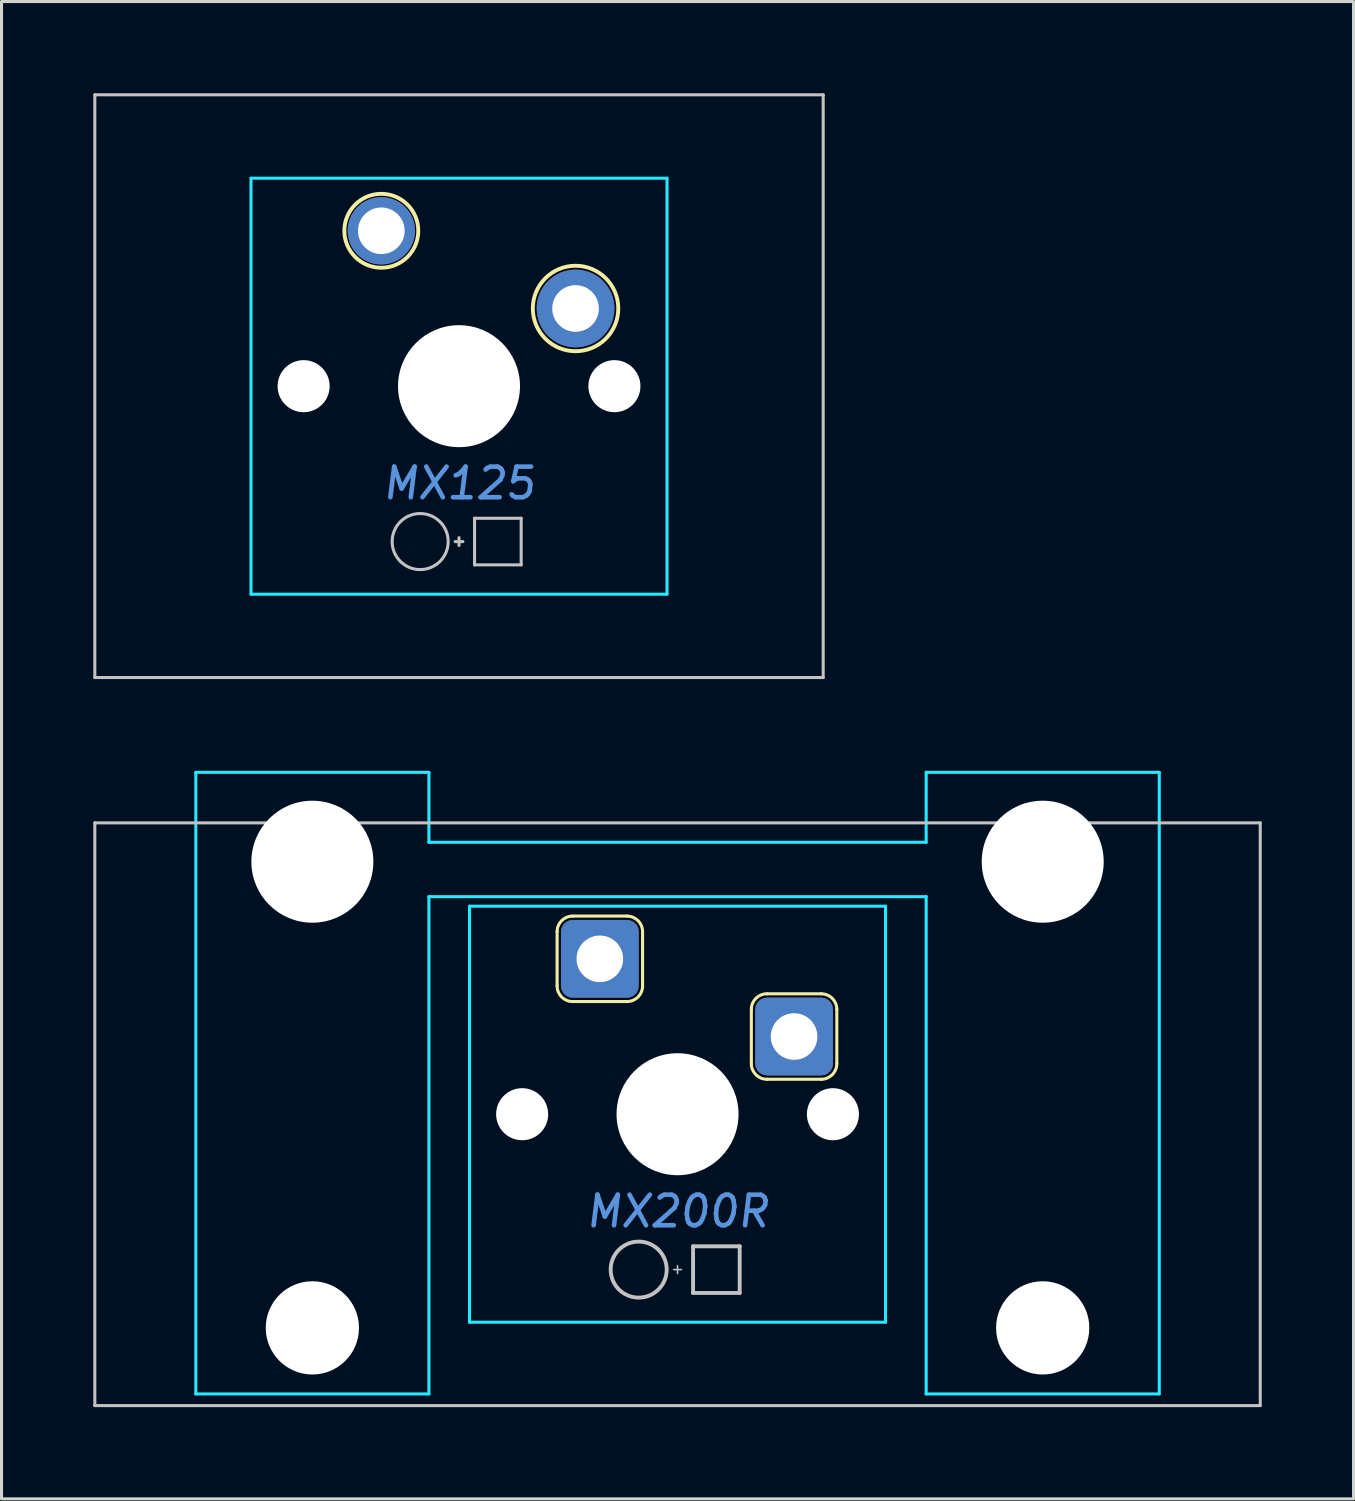
<source format=kicad_pcb>
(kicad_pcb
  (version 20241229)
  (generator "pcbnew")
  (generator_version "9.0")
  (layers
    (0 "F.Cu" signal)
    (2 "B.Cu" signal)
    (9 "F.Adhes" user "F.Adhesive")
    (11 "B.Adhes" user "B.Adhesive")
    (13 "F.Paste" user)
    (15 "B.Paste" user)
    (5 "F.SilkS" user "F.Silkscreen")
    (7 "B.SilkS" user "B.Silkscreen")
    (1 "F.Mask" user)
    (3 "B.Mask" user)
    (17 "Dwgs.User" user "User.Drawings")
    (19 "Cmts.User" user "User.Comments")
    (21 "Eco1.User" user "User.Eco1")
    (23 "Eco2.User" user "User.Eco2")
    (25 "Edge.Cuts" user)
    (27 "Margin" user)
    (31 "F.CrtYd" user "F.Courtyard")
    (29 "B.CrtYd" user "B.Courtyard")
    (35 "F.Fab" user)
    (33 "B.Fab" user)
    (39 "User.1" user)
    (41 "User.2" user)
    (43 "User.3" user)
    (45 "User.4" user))
  (footprint "MX125"
    (layer "F.Cu")
    (at 11.956 9.575)
    (property "Reference" "MX125" (at 0 3.175 0) (layer "Cmts.User") (effects (font (size 1 1) (thickness 0.15) (italic yes))))
    (attr through_hole)
    (fp_circle (center -2.54 -5.08) (end -1.333 -5.016) (stroke (width 0.127) (type solid)) (fill no) (layer "F.SilkS"))
    (fp_circle (center 3.81 -2.54) (end 5.207 -2.54) (stroke (width 0.127) (type solid)) (fill no) (layer "F.SilkS"))
    (fp_line (start -11.906 -9.525) (end -11.906 9.525) (stroke (width 0.1) (type solid)) (layer "Dwgs.User"))
    (fp_line (start -11.906 -9.525) (end 11.906 -9.525) (stroke (width 0.1) (type solid)) (layer "Dwgs.User"))
    (fp_line (start -11.906 9.525) (end 11.906 9.525) (stroke (width 0.1) (type solid)) (layer "Dwgs.User"))
    (fp_line (start -0.127 5.08) (end 0.127 5.08) (stroke (width 0.1) (type solid)) (layer "Dwgs.User"))
    (fp_line (start 0 4.953) (end 0 5.207) (stroke (width 0.1) (type solid)) (layer "Dwgs.User"))
    (fp_line (start 0.508 4.318) (end 2.032 4.318) (stroke (width 0.1) (type solid)) (layer "Dwgs.User"))
    (fp_line (start 0.508 5.842) (end 0.508 4.318) (stroke (width 0.1) (type solid)) (layer "Dwgs.User"))
    (fp_line (start 2.032 4.318) (end 2.032 5.842) (stroke (width 0.1) (type solid)) (layer "Dwgs.User"))
    (fp_line (start 2.032 5.842) (end 0.508 5.842) (stroke (width 0.1) (type solid)) (layer "Dwgs.User"))
    (fp_line (start 11.906 -9.525) (end 11.906 9.525) (stroke (width 0.1) (type solid)) (layer "Dwgs.User"))
    (fp_circle (center -1.27 5.08) (end -0.354 5.08) (stroke (width 0.1) (type solid)) (fill no) (layer "Dwgs.User"))
    (fp_line (start -6.8 -6.8) (end -6.8 6.8) (stroke (width 0.1) (type solid)) (layer "B.CrtYd"))
    (fp_line (start -6.8 -6.8) (end 6.8 -6.8) (stroke (width 0.1) (type solid)) (layer "B.CrtYd"))
    (fp_line (start -6.8 6.8) (end 6.8 6.8) (stroke (width 0.1) (type solid)) (layer "B.CrtYd"))
    (fp_line (start 6.8 6.8) (end 6.8 -6.8) (stroke (width 0.1) (type solid)) (layer "B.CrtYd"))
    (pad "" np_thru_hole circle (at -5.08 0) (size 1.702 1.702) (drill 1.702) (layers "*.Cu" "*.Mask"))
    (pad "" np_thru_hole circle (at 0 0) (size 3.988 3.988) (drill 3.988) (layers "*.Cu" "*.Mask"))
    (pad "" np_thru_hole circle (at 5.08 0) (size 1.702 1.702) (drill 1.702) (layers "*.Cu" "*.Mask"))
    (pad "1" thru_hole circle (at -2.54 -5.08) (size 2.2 2.2) (drill 1.524) (layers "*.Cu" "*.Mask"))
    (pad "2" thru_hole circle (at 3.81 -2.54) (size 2.54 2.54) (drill 1.524) (layers "*.Cu" "*.Mask")))
  (footprint "MX200R"
    (layer "F.Cu")
    (at 19.1 33.376)
    (property "Reference" "MX200R" (at 0 3.175 0) (layer "Cmts.User") (effects (font (size 1 1) (thickness 0.15) (italic yes))))
    (attr through_hole)
    (fp_line (start -3.937 -4.191) (end -3.937 -5.969) (stroke (width 0.1) (type solid)) (layer "F.SilkS"))
    (fp_line (start -3.429 -6.477) (end -1.651 -6.477) (stroke (width 0.1) (type solid)) (layer "F.SilkS"))
    (fp_line (start -3.429 -3.683) (end -1.651 -3.683) (stroke (width 0.1) (type solid)) (layer "F.SilkS"))
    (fp_line (start -1.143 -4.191) (end -1.143 -5.969) (stroke (width 0.1) (type solid)) (layer "F.SilkS"))
    (fp_line (start 2.413 -1.651) (end 2.413 -3.429) (stroke (width 0.1) (type solid)) (layer "F.SilkS"))
    (fp_line (start 2.921 -3.937) (end 4.699 -3.937) (stroke (width 0.1) (type solid)) (layer "F.SilkS"))
    (fp_line (start 2.921 -1.143) (end 4.699 -1.143) (stroke (width 0.1) (type solid)) (layer "F.SilkS"))
    (fp_line (start 5.207 -1.651) (end 5.207 -3.429) (stroke (width 0.1) (type solid)) (layer "F.SilkS"))
    (fp_arc (start -3.937 -5.969) (mid -3.78821 -6.32821) (end -3.429 -6.477) (stroke (width 0.1) (type solid)) (layer "F.SilkS"))
    (fp_arc (start -3.429 -3.683) (mid -3.78821 -3.83179) (end -3.937 -4.191) (stroke (width 0.1) (type solid)) (layer "F.SilkS"))
    (fp_arc (start -1.651 -6.477) (mid -1.29179 -6.32821) (end -1.143 -5.969) (stroke (width 0.1) (type solid)) (layer "F.SilkS"))
    (fp_arc (start -1.143 -4.191) (mid -1.29179 -3.83179) (end -1.651 -3.683) (stroke (width 0.1) (type solid)) (layer "F.SilkS"))
    (fp_arc (start 2.413 -3.429) (mid 2.56179 -3.78821) (end 2.921 -3.937) (stroke (width 0.1) (type solid)) (layer "F.SilkS"))
    (fp_arc (start 2.921 -1.143) (mid 2.56179 -1.29179) (end 2.413 -1.651) (stroke (width 0.1) (type solid)) (layer "F.SilkS"))
    (fp_arc (start 4.699 -3.937) (mid 5.05821 -3.78821) (end 5.207 -3.429) (stroke (width 0.1) (type solid)) (layer "F.SilkS"))
    (fp_arc (start 5.207 -1.651) (mid 5.05821 -1.29179) (end 4.699 -1.143) (stroke (width 0.1) (type solid)) (layer "F.SilkS"))
    (fp_line (start -19.05 -9.525) (end -19.05 9.525) (stroke (width 0.1) (type solid)) (layer "Dwgs.User"))
    (fp_line (start -19.05 -9.525) (end 19.05 -9.525) (stroke (width 0.1) (type solid)) (layer "Dwgs.User"))
    (fp_line (start -19.05 9.525) (end 19.05 9.525) (stroke (width 0.1) (type solid)) (layer "Dwgs.User"))
    (fp_line (start -0.127 5.08) (end 0.127 5.08) (stroke (width 0.051) (type solid)) (layer "Dwgs.User"))
    (fp_line (start 0 4.953) (end 0 5.207) (stroke (width 0.051) (type solid)) (layer "Dwgs.User"))
    (fp_line (start 0.508 4.318) (end 0.508 5.842) (stroke (width 0.127) (type solid)) (layer "Dwgs.User"))
    (fp_line (start 0.508 4.318) (end 2.032 4.318) (stroke (width 0.127) (type solid)) (layer "Dwgs.User"))
    (fp_line (start 0.508 5.842) (end 2.032 5.842) (stroke (width 0.127) (type solid)) (layer "Dwgs.User"))
    (fp_line (start 2.032 5.842) (end 2.032 4.318) (stroke (width 0.127) (type solid)) (layer "Dwgs.User"))
    (fp_line (start 19.05 -9.525) (end 19.05 9.525) (stroke (width 0.1) (type solid)) (layer "Dwgs.User"))
    (fp_circle (center -1.27 5.08) (end -0.354 5.08) (stroke (width 0.127) (type solid)) (fill no) (layer "Dwgs.User"))
    (fp_line (start -15.748 9.144) (end -15.748 -11.176) (stroke (width 0.1) (type solid)) (layer "B.CrtYd"))
    (fp_line (start -8.128 -11.176) (end -15.748 -11.176) (stroke (width 0.1) (type solid)) (layer "B.CrtYd"))
    (fp_line (start -8.128 -8.89) (end -8.128 -11.176) (stroke (width 0.1) (type solid)) (layer "B.CrtYd"))
    (fp_line (start -8.128 -7.112) (end -8.128 9.144) (stroke (width 0.1) (type solid)) (layer "B.CrtYd"))
    (fp_line (start -8.128 9.144) (end -15.748 9.144) (stroke (width 0.1) (type solid)) (layer "B.CrtYd"))
    (fp_line (start -6.8 -6.8) (end -6.8 6.8) (stroke (width 0.1) (type solid)) (layer "B.CrtYd"))
    (fp_line (start 6.8 -6.8) (end -6.8 -6.8) (stroke (width 0.1) (type solid)) (layer "B.CrtYd"))
    (fp_line (start 6.8 -6.8) (end 6.8 6.8) (stroke (width 0.1) (type solid)) (layer "B.CrtYd"))
    (fp_line (start 6.8 6.8) (end -6.8 6.8) (stroke (width 0.1) (type solid)) (layer "B.CrtYd"))
    (fp_line (start 8.128 -8.89) (end -8.128 -8.89) (stroke (width 0.1) (type solid)) (layer "B.CrtYd"))
    (fp_line (start 8.128 -8.89) (end 8.128 -11.176) (stroke (width 0.1) (type solid)) (layer "B.CrtYd"))
    (fp_line (start 8.128 -7.112) (end -8.128 -7.112) (stroke (width 0.1) (type solid)) (layer "B.CrtYd"))
    (fp_line (start 8.128 -7.112) (end 8.128 9.144) (stroke (width 0.1) (type solid)) (layer "B.CrtYd"))
    (fp_line (start 15.748 -11.176) (end 8.128 -11.176) (stroke (width 0.1) (type solid)) (layer "B.CrtYd"))
    (fp_line (start 15.748 9.144) (end 8.128 9.144) (stroke (width 0.1) (type solid)) (layer "B.CrtYd"))
    (fp_line (start 15.748 9.144) (end 15.748 -11.176) (stroke (width 0.1) (type solid)) (layer "B.CrtYd"))
    (pad "" np_thru_hole circle (at -11.938 -8.255) (size 3.988 3.988) (drill 3.988) (layers "*.Cu" "*.Mask"))
    (pad "" np_thru_hole circle (at -11.938 6.985) (size 3.048 3.048) (drill 3.048) (layers "*.Cu" "*.Mask"))
    (pad "" np_thru_hole circle (at -5.08 0) (size 1.702 1.702) (drill 1.702) (layers "*.Cu" "*.Mask"))
    (pad "" np_thru_hole circle (at 0 0) (size 3.988 3.988) (drill 3.988) (layers "*.Cu" "*.Mask"))
    (pad "" np_thru_hole circle (at 5.08 0) (size 1.702 1.702) (drill 1.702) (layers "*.Cu" "*.Mask"))
    (pad "" np_thru_hole circle (at 11.938 -8.255) (size 3.988 3.988) (drill 3.988) (layers "*.Cu" "*.Mask"))
    (pad "" np_thru_hole circle (at 11.938 6.985) (size 3.048 3.048) (drill 3.048) (layers "*.Cu" "*.Mask"))
    (pad "1" thru_hole roundrect (at -2.54 -5.08) (size 2.54 2.54) (drill 1.524) (layers "*.Cu" "*.Mask") (roundrect_rratio 0.15))
    (pad "2" thru_hole roundrect (at 3.81 -2.54) (size 2.54 2.54) (drill 1.524) (layers "*.Cu" "*.Mask") (roundrect_rratio 0.15)))
  (gr_rect
    (start -3 -3)
    (end 41.2 45.951)
    (stroke (width 0.1) (type default))
    (fill no)
    (layer "Edge.Cuts")))
</source>
